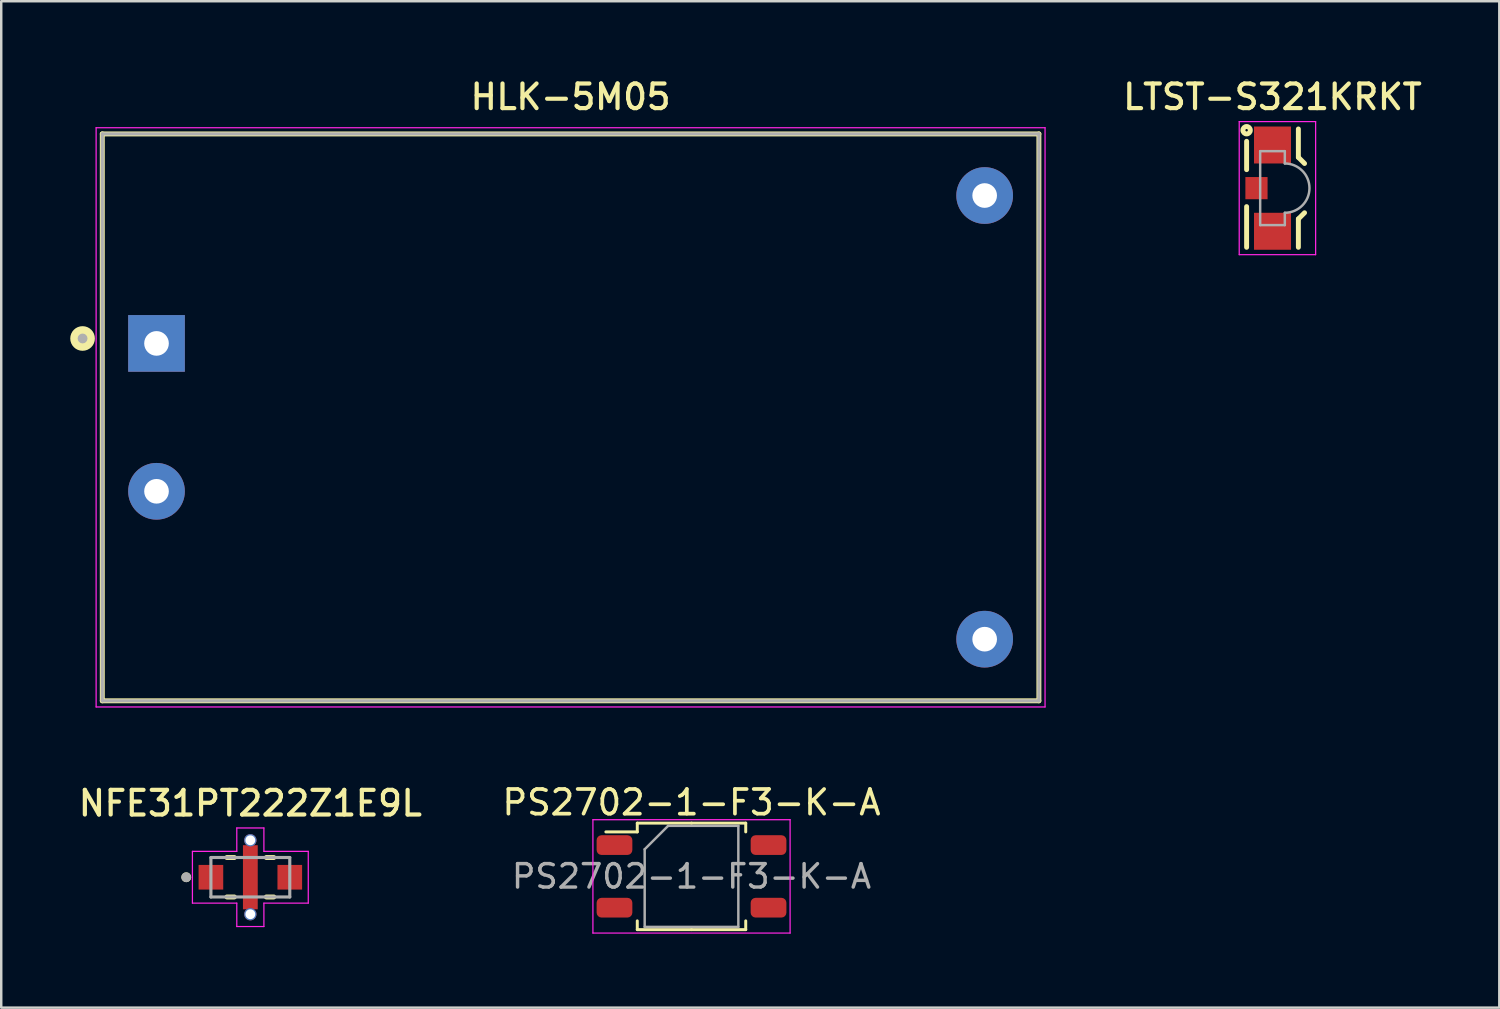
<source format=kicad_pcb>
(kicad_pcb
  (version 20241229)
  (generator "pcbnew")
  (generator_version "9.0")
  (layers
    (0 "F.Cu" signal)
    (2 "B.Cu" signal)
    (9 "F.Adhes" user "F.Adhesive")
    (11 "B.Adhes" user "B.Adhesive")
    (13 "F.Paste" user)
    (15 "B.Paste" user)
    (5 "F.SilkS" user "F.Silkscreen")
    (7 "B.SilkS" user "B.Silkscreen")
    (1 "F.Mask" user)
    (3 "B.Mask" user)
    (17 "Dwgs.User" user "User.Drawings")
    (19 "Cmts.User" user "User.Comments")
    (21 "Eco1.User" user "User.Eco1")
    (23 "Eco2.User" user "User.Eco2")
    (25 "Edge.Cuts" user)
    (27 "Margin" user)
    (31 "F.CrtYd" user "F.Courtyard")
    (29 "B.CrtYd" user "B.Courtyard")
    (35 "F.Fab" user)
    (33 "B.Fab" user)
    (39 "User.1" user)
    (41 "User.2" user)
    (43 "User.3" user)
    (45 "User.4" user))
  (footprint "HLK-5M05"
    (layer "F.Cu")
    (at 20.1 13.883)
    (property "Reference" "HLK-5M05" (at 0 -13 0) (layer "F.SilkS") (effects (font (size 1 1) (thickness 0.17))))
    (attr through_hole)
    (fp_line (start -19 -11.5) (end -19 11.5) (stroke (width 0.2) (type solid)) (layer "F.SilkS"))
    (fp_line (start -19 11.5) (end 19 11.5) (stroke (width 0.2) (type solid)) (layer "F.SilkS"))
    (fp_line (start 19 -11.5) (end -19 -11.5) (stroke (width 0.2) (type solid)) (layer "F.SilkS"))
    (fp_line (start 19 11.5) (end 19 -11.5) (stroke (width 0.2) (type solid)) (layer "F.SilkS"))
    (fp_circle (center -19.8 -3.2) (end -19.7 -3.2) (stroke (width 0.4) (type solid)) (fill no) (layer "F.SilkS"))
    (fp_line (start -19.25 -11.75) (end 19.25 -11.75) (stroke (width 0.05) (type solid)) (layer "F.CrtYd"))
    (fp_line (start -19.25 11.75) (end -19.25 -11.75) (stroke (width 0.05) (type solid)) (layer "F.CrtYd"))
    (fp_line (start 19.25 -11.75) (end 19.25 11.75) (stroke (width 0.05) (type solid)) (layer "F.CrtYd"))
    (fp_line (start 19.25 11.75) (end -19.25 11.75) (stroke (width 0.05) (type solid)) (layer "F.CrtYd"))
    (fp_line (start -19 -11.5) (end -19 11.5) (stroke (width 0.127) (type solid)) (layer "F.Fab"))
    (fp_line (start -19 11.5) (end 19 11.5) (stroke (width 0.127) (type solid)) (layer "F.Fab"))
    (fp_line (start 19 -11.5) (end -19 -11.5) (stroke (width 0.127) (type solid)) (layer "F.Fab"))
    (fp_line (start 19 11.5) (end 19 -11.5) (stroke (width 0.127) (type solid)) (layer "F.Fab"))
    (fp_circle (center -19.8 -3.2) (end -19.7 -3.2) (stroke (width 0.2) (type solid)) (fill no) (layer "F.Fab"))
    (pad "1" thru_hole rect (at -16.8 -3) (size 2.3 2.3) (drill 1) (layers "*.Cu" "*.Mask"))
    (pad "2" thru_hole circle (at -16.8 3) (size 2.3 2.3) (drill 1) (layers "*.Cu" "*.Mask"))
    (pad "3" thru_hole circle (at 16.8 -9) (size 2.3 2.3) (drill 1) (layers "*.Cu" "*.Mask"))
    (pad "4" thru_hole circle (at 16.8 9) (size 2.3 2.3) (drill 1) (layers "*.Cu" "*.Mask")))
  (footprint "PS2702-1-F3-K-A"
    (layer "F.Cu")
    (at 25.006 32.507)
    (property "Reference" "PS2702-1-F3-K-A" (at 0 -3 0) (layer "F.SilkS") (effects (font (size 1 1) (thickness 0.15))))
    (attr smd)
    (fp_line (start -2.2 -2.16) (end -2.2 -1.805) (stroke (width 0.12) (type solid)) (layer "F.SilkS"))
    (fp_line (start -2.2 -1.805) (end -3.475 -1.805) (stroke (width 0.12) (type solid)) (layer "F.SilkS"))
    (fp_line (start -2.2 2.16) (end -2.2 1.805) (stroke (width 0.12) (type solid)) (layer "F.SilkS"))
    (fp_line (start 0 -2.16) (end -2.2 -2.16) (stroke (width 0.12) (type solid)) (layer "F.SilkS"))
    (fp_line (start 0 -2.16) (end 2.2 -2.16) (stroke (width 0.12) (type solid)) (layer "F.SilkS"))
    (fp_line (start 0 2.16) (end -2.2 2.16) (stroke (width 0.12) (type solid)) (layer "F.SilkS"))
    (fp_line (start 0 2.16) (end 2.2 2.16) (stroke (width 0.12) (type solid)) (layer "F.SilkS"))
    (fp_line (start 2.2 -2.16) (end 2.2 -1.805) (stroke (width 0.12) (type solid)) (layer "F.SilkS"))
    (fp_line (start 2.2 2.16) (end 2.2 1.805) (stroke (width 0.12) (type solid)) (layer "F.SilkS"))
    (fp_line (start -4 -2.3) (end -4 2.3) (stroke (width 0.05) (type solid)) (layer "F.CrtYd"))
    (fp_line (start -4 2.3) (end 4 2.3) (stroke (width 0.05) (type solid)) (layer "F.CrtYd"))
    (fp_line (start 4 -2.3) (end -4 -2.3) (stroke (width 0.05) (type solid)) (layer "F.CrtYd"))
    (fp_line (start 4 2.3) (end 4 -2.3) (stroke (width 0.05) (type solid)) (layer "F.CrtYd"))
    (fp_line (start -1.9 -1.1) (end -0.95 -2.05) (stroke (width 0.1) (type solid)) (layer "F.Fab"))
    (fp_line (start -1.9 2.05) (end -1.9 -1.1) (stroke (width 0.1) (type solid)) (layer "F.Fab"))
    (fp_line (start -0.95 -2.05) (end 1.9 -2.05) (stroke (width 0.1) (type solid)) (layer "F.Fab"))
    (fp_line (start 1.9 -2.05) (end 1.9 2.05) (stroke (width 0.1) (type solid)) (layer "F.Fab"))
    (fp_line (start 1.9 2.05) (end -1.9 2.05) (stroke (width 0.1) (type solid)) (layer "F.Fab"))
    (fp_text user "${REFERENCE}" (at 0 0 0) (layer "F.Fab") (effects (font (size 0.95 0.95) (thickness 0.14))))
    (pad "1" smd roundrect (at -3.125 -1.27) (size 1.45 0.8) (layers "F.Cu" "F.Mask" "F.Paste") (roundrect_rratio 0.25))
    (pad "2" smd roundrect (at -3.125 1.27) (size 1.45 0.8) (layers "F.Cu" "F.Mask" "F.Paste") (roundrect_rratio 0.25))
    (pad "3" smd roundrect (at 3.125 1.27) (size 1.45 0.8) (layers "F.Cu" "F.Mask" "F.Paste") (roundrect_rratio 0.25))
    (pad "4" smd roundrect (at 3.125 -1.27) (size 1.45 0.8) (layers "F.Cu" "F.Mask" "F.Paste") (roundrect_rratio 0.25)))
  (footprint "LTST-S321KRKT"
    (layer "F.Cu")
    (at 48.578 4.583)
    (property "Reference" "LTST-S321KRKT" (at 0 -3.7 180) (layer "F.SilkS") (effects (font (size 1 1) (thickness 0.17))))
    (attr smd)
    (fp_line (start -1.05 -1.9) (end -1.05 -0.75) (stroke (width 0.2) (type solid)) (layer "F.SilkS"))
    (fp_line (start -1.05 2.4) (end -1.05 0.75) (stroke (width 0.2) (type solid)) (layer "F.SilkS"))
    (fp_line (start 1.05 -2.4) (end 1.05 -1.25) (stroke (width 0.2) (type solid)) (layer "F.SilkS"))
    (fp_line (start 1.05 -1.25) (end 1.3 -1) (stroke (width 0.2) (type solid)) (layer "F.SilkS"))
    (fp_line (start 1.05 1.25) (end 1.05 2.4) (stroke (width 0.2) (type solid)) (layer "F.SilkS"))
    (fp_line (start 1.05 1.25) (end 1.3 1) (stroke (width 0.2) (type solid)) (layer "F.SilkS"))
    (fp_circle (center -1.05 -2.35) (end -1 -2.35) (stroke (width 0.2) (type solid)) (fill no) (layer "F.SilkS"))
    (fp_line (start -1.35 -2.7) (end 1.75 -2.7) (stroke (width 0.05) (type solid)) (layer "F.CrtYd"))
    (fp_line (start -1.35 2.7) (end -1.35 -2.7) (stroke (width 0.05) (type solid)) (layer "F.CrtYd"))
    (fp_line (start 1.75 -2.7) (end 1.75 2.7) (stroke (width 0.05) (type solid)) (layer "F.CrtYd"))
    (fp_line (start 1.75 2.7) (end -1.35 2.7) (stroke (width 0.05) (type solid)) (layer "F.CrtYd"))
    (fp_line (start -0.5 -1.5) (end -0.5 1.5) (stroke (width 0.1) (type solid)) (layer "F.Fab"))
    (fp_line (start -0.5 -1.5) (end 0.5 -1.5) (stroke (width 0.1) (type solid)) (layer "F.Fab"))
    (fp_line (start 0.5 -1.5) (end 0.5 -1) (stroke (width 0.1) (type solid)) (layer "F.Fab"))
    (fp_line (start 0.5 1.5) (end -0.5 1.5) (stroke (width 0.1) (type solid)) (layer "F.Fab"))
    (fp_line (start 0.5 1.5) (end 0.5 1) (stroke (width 0.1) (type solid)) (layer "F.Fab"))
    (fp_arc (start 0.5 -1) (mid 1.5 0) (end 0.5 1) (stroke (width 0.1) (type solid)) (layer "F.Fab"))
    (pad "1" smd rect (at 0 -1.75 180) (size 1.5 1.5) (layers "F.Cu" "F.Mask" "F.Paste"))
    (pad "2" smd rect (at 0 1.75 180) (size 1.5 1.5) (layers "F.Cu" "F.Mask" "F.Paste"))
    (pad "3" smd rect (at -0.65 0 180) (size 0.9 0.9) (layers "F.Cu" "F.Mask" "F.Paste")))
  (footprint "NFE31PT222Z1E9L"
    (layer "F.Cu")
    (at 7.107 32.542)
    (property "Reference" "NFE31PT222Z1E9L" (at 0 -3 0) (layer "F.SilkS") (effects (font (size 1 1) (thickness 0.17))))
    (attr through_hole)
    (fp_poly (pts (xy -2.1 -0.5) (xy -1.1 -0.5) (xy -1.1 0.5) (xy -2.1 0.5)) (stroke (width 0.01) (type solid)) (fill yes) (layer "F.Mask"))
    (fp_poly (pts (xy -0.3 -1.3) (xy 0.3 -1.3) (xy 0.3 1.3) (xy -0.3 1.3)) (stroke (width 0.01) (type solid)) (fill yes) (layer "F.Mask"))
    (fp_poly (pts (xy 1.1 -0.5) (xy 2.1 -0.5) (xy 2.1 0.5) (xy 1.1 0.5)) (stroke (width 0.01) (type solid)) (fill yes) (layer "F.Mask"))
    (fp_line (start -0.65 -0.8) (end -0.95 -0.8) (stroke (width 0.2) (type solid)) (layer "F.SilkS"))
    (fp_line (start -0.65 0.8) (end -0.95 0.8) (stroke (width 0.2) (type solid)) (layer "F.SilkS"))
    (fp_line (start 0.95 -0.8) (end 0.65 -0.8) (stroke (width 0.2) (type solid)) (layer "F.SilkS"))
    (fp_line (start 0.95 0.8) (end 0.65 0.8) (stroke (width 0.2) (type solid)) (layer "F.SilkS"))
    (fp_circle (center -2.6 0) (end -2.5 0) (stroke (width 0.2) (type solid)) (fill no) (layer "F.SilkS"))
    (fp_poly (pts (xy -0.3 -1.3) (xy 0.3 -1.3) (xy 0.3 -0.3) (xy -0.3 -0.3)) (stroke (width 0.01) (type solid)) (fill yes) (layer "F.Paste"))
    (fp_poly (pts (xy -0.3 0.3) (xy 0.3 0.3) (xy 0.3 1.3) (xy -0.3 1.3)) (stroke (width 0.01) (type solid)) (fill yes) (layer "F.Paste"))
    (fp_line (start -2.35 -1.05) (end -0.55 -1.05) (stroke (width 0.05) (type solid)) (layer "F.CrtYd"))
    (fp_line (start -2.35 1.05) (end -2.35 -1.05) (stroke (width 0.05) (type solid)) (layer "F.CrtYd"))
    (fp_line (start -0.55 -2) (end 0.55 -2) (stroke (width 0.05) (type solid)) (layer "F.CrtYd"))
    (fp_line (start -0.55 -1.05) (end -0.55 -2) (stroke (width 0.05) (type solid)) (layer "F.CrtYd"))
    (fp_line (start -0.55 1.05) (end -2.35 1.05) (stroke (width 0.05) (type solid)) (layer "F.CrtYd"))
    (fp_line (start -0.55 2) (end -0.55 1.05) (stroke (width 0.05) (type solid)) (layer "F.CrtYd"))
    (fp_line (start 0.55 -2) (end 0.55 -1.05) (stroke (width 0.05) (type solid)) (layer "F.CrtYd"))
    (fp_line (start 0.55 -1.05) (end 2.35 -1.05) (stroke (width 0.05) (type solid)) (layer "F.CrtYd"))
    (fp_line (start 0.55 1.05) (end 0.55 2) (stroke (width 0.05) (type solid)) (layer "F.CrtYd"))
    (fp_line (start 0.55 2) (end -0.55 2) (stroke (width 0.05) (type solid)) (layer "F.CrtYd"))
    (fp_line (start 2.35 -1.05) (end 2.35 1.05) (stroke (width 0.05) (type solid)) (layer "F.CrtYd"))
    (fp_line (start 2.35 1.05) (end 0.55 1.05) (stroke (width 0.05) (type solid)) (layer "F.CrtYd"))
    (fp_line (start -1.6 -0.8) (end -1.6 0.8) (stroke (width 0.127) (type solid)) (layer "F.Fab"))
    (fp_line (start -1.6 0.8) (end 1.6 0.8) (stroke (width 0.127) (type solid)) (layer "F.Fab"))
    (fp_line (start 1.6 -0.8) (end -1.6 -0.8) (stroke (width 0.127) (type solid)) (layer "F.Fab"))
    (fp_line (start 1.6 0.8) (end 1.6 -0.8) (stroke (width 0.127) (type solid)) (layer "F.Fab"))
    (fp_circle (center -2.6 0) (end -2.5 0) (stroke (width 0.2) (type solid)) (fill no) (layer "F.Fab"))
    (pad "1" smd rect (at -1.6 0) (size 1 1) (layers "F.Cu" "F.Paste"))
    (pad "2" thru_hole circle (at 0 -1.5) (size 0.5 0.5) (drill 0.4) (layers "*.Cu"))
    (pad "2" smd rect (at 0 0) (size 0.6 2.6) (layers "F.Cu"))
    (pad "2" thru_hole circle (at 0 1.5) (size 0.5 0.5) (drill 0.4) (layers "*.Cu"))
    (pad "3" smd rect (at 1.6 0) (size 1 1) (layers "F.Cu" "F.Paste")))
  (gr_rect
    (start -3 -3)
    (end 57.78 37.832)
    (stroke (width 0.1) (type default))
    (fill no)
    (layer "Edge.Cuts")))
</source>
